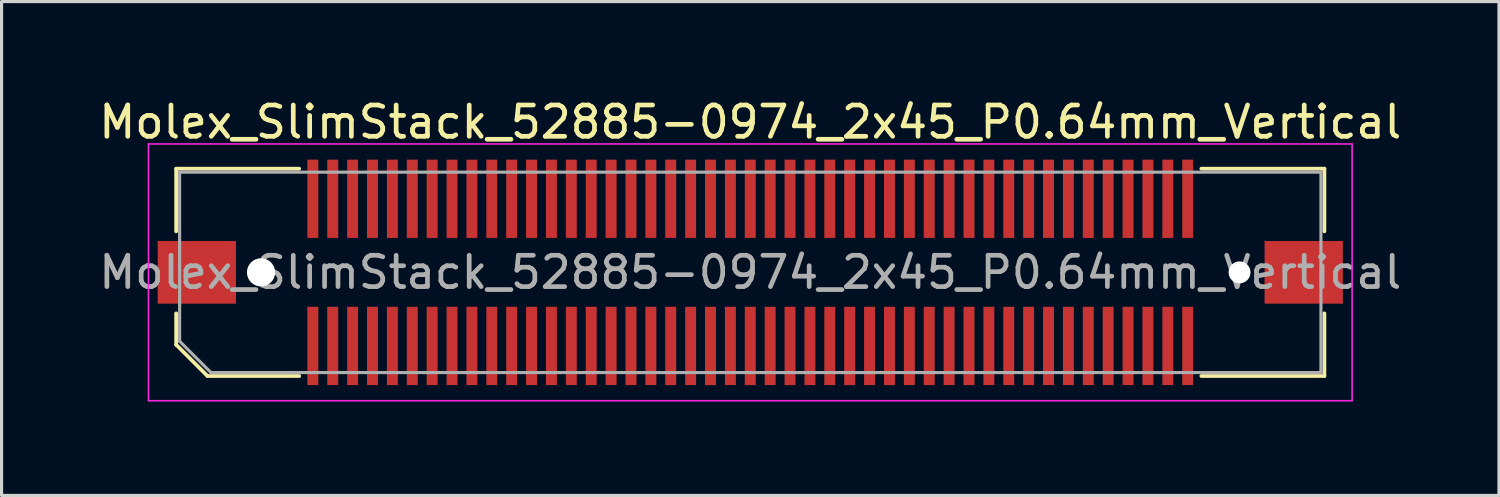
<source format=kicad_pcb>
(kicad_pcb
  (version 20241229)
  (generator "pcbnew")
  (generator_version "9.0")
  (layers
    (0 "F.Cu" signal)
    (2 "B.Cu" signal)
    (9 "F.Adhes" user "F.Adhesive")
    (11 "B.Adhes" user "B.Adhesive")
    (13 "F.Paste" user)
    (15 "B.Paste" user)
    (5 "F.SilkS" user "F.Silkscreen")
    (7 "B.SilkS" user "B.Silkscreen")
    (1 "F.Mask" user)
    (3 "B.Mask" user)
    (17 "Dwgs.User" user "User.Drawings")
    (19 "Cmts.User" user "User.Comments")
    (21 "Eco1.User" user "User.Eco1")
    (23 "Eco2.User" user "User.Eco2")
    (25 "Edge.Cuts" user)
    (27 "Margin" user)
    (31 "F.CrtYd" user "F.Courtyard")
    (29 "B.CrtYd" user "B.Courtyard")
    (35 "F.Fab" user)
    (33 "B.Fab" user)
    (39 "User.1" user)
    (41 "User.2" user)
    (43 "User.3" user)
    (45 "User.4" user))
  (footprint "Molex_SlimStack_52885-0974_2x45_P0.64mm_Vertical"
    (layer "F.Cu")
    (at 20.911 5.648)
    (property "Reference" "Molex_SlimStack_52885-0974_2x45_P0.64mm_Vertical" (at 0 -4.8 0) (layer "F.SilkS") (effects (font (size 1 1) (thickness 0.15))))
    (attr smd)
    (fp_line (start -18.335 -3.31) (end -14.405 -3.31) (stroke (width 0.12) (type solid)) (layer "F.SilkS"))
    (fp_line (start -18.335 -1.31) (end -18.335 -3.31) (stroke (width 0.12) (type solid)) (layer "F.SilkS"))
    (fp_line (start -18.335 2.31) (end -18.335 1.31) (stroke (width 0.12) (type solid)) (layer "F.SilkS"))
    (fp_line (start -17.335 3.31) (end -18.335 2.31) (stroke (width 0.12) (type solid)) (layer "F.SilkS"))
    (fp_line (start -14.405 3.31) (end -17.335 3.31) (stroke (width 0.12) (type solid)) (layer "F.SilkS"))
    (fp_line (start 14.405 3.31) (end 18.335 3.31) (stroke (width 0.12) (type solid)) (layer "F.SilkS"))
    (fp_line (start 18.335 -3.31) (end 14.405 -3.31) (stroke (width 0.12) (type solid)) (layer "F.SilkS"))
    (fp_line (start 18.335 -1.31) (end 18.335 -3.31) (stroke (width 0.12) (type solid)) (layer "F.SilkS"))
    (fp_line (start 18.335 3.31) (end 18.335 1.31) (stroke (width 0.12) (type solid)) (layer "F.SilkS"))
    (fp_line (start -19.22 -4.1) (end -19.22 4.1) (stroke (width 0.05) (type solid)) (layer "F.CrtYd"))
    (fp_line (start -19.22 4.1) (end 19.22 4.1) (stroke (width 0.05) (type solid)) (layer "F.CrtYd"))
    (fp_line (start 19.22 -4.1) (end -19.22 -4.1) (stroke (width 0.05) (type solid)) (layer "F.CrtYd"))
    (fp_line (start 19.22 4.1) (end 19.22 -4.1) (stroke (width 0.05) (type solid)) (layer "F.CrtYd"))
    (fp_line (start -18.225 -3.2) (end -18.225 2.2) (stroke (width 0.1) (type solid)) (layer "F.Fab"))
    (fp_line (start -18.225 2.2) (end -17.225 3.2) (stroke (width 0.1) (type solid)) (layer "F.Fab"))
    (fp_line (start -17.225 3.2) (end 18.225 3.2) (stroke (width 0.1) (type solid)) (layer "F.Fab"))
    (fp_line (start 18.225 -3.2) (end -18.225 -3.2) (stroke (width 0.1) (type solid)) (layer "F.Fab"))
    (fp_line (start 18.225 3.2) (end 18.225 -3.2) (stroke (width 0.1) (type solid)) (layer "F.Fab"))
    (fp_text user "${REFERENCE}" (at 0 0 0) (layer "F.Fab") (effects (font (size 1 1) (thickness 0.15))))
    (pad "" np_thru_hole circle (at -15.625 0) (size 0.9 0.9) (drill 0.9) (layers "*.Cu" "*.Mask"))
    (pad "" np_thru_hole circle (at 15.625 0) (size 0.7 0.7) (drill 0.7) (layers "*.Cu" "*.Mask"))
    (pad "1" smd rect (at -13.97 2.35) (size 0.35 2.5) (layers "F.Cu" "F.Mask" "F.Paste"))
    (pad "2" smd rect (at -13.97 -2.35) (size 0.35 2.5) (layers "F.Cu" "F.Mask" "F.Paste"))
    (pad "3" smd rect (at -13.335 2.35) (size 0.35 2.5) (layers "F.Cu" "F.Mask" "F.Paste"))
    (pad "4" smd rect (at -13.335 -2.35) (size 0.35 2.5) (layers "F.Cu" "F.Mask" "F.Paste"))
    (pad "5" smd rect (at -12.7 2.35) (size 0.35 2.5) (layers "F.Cu" "F.Mask" "F.Paste"))
    (pad "6" smd rect (at -12.7 -2.35) (size 0.35 2.5) (layers "F.Cu" "F.Mask" "F.Paste"))
    (pad "7" smd rect (at -12.065 2.35) (size 0.35 2.5) (layers "F.Cu" "F.Mask" "F.Paste"))
    (pad "8" smd rect (at -12.065 -2.35) (size 0.35 2.5) (layers "F.Cu" "F.Mask" "F.Paste"))
    (pad "9" smd rect (at -11.43 2.35) (size 0.35 2.5) (layers "F.Cu" "F.Mask" "F.Paste"))
    (pad "10" smd rect (at -11.43 -2.35) (size 0.35 2.5) (layers "F.Cu" "F.Mask" "F.Paste"))
    (pad "11" smd rect (at -10.795 2.35) (size 0.35 2.5) (layers "F.Cu" "F.Mask" "F.Paste"))
    (pad "12" smd rect (at -10.795 -2.35) (size 0.35 2.5) (layers "F.Cu" "F.Mask" "F.Paste"))
    (pad "13" smd rect (at -10.16 2.35) (size 0.35 2.5) (layers "F.Cu" "F.Mask" "F.Paste"))
    (pad "14" smd rect (at -10.16 -2.35) (size 0.35 2.5) (layers "F.Cu" "F.Mask" "F.Paste"))
    (pad "15" smd rect (at -9.525 2.35) (size 0.35 2.5) (layers "F.Cu" "F.Mask" "F.Paste"))
    (pad "16" smd rect (at -9.525 -2.35) (size 0.35 2.5) (layers "F.Cu" "F.Mask" "F.Paste"))
    (pad "17" smd rect (at -8.89 2.35) (size 0.35 2.5) (layers "F.Cu" "F.Mask" "F.Paste"))
    (pad "18" smd rect (at -8.89 -2.35) (size 0.35 2.5) (layers "F.Cu" "F.Mask" "F.Paste"))
    (pad "19" smd rect (at -8.255 2.35) (size 0.35 2.5) (layers "F.Cu" "F.Mask" "F.Paste"))
    (pad "20" smd rect (at -8.255 -2.35) (size 0.35 2.5) (layers "F.Cu" "F.Mask" "F.Paste"))
    (pad "21" smd rect (at -7.62 2.35) (size 0.35 2.5) (layers "F.Cu" "F.Mask" "F.Paste"))
    (pad "22" smd rect (at -7.62 -2.35) (size 0.35 2.5) (layers "F.Cu" "F.Mask" "F.Paste"))
    (pad "23" smd rect (at -6.985 2.35) (size 0.35 2.5) (layers "F.Cu" "F.Mask" "F.Paste"))
    (pad "24" smd rect (at -6.985 -2.35) (size 0.35 2.5) (layers "F.Cu" "F.Mask" "F.Paste"))
    (pad "25" smd rect (at -6.35 2.35) (size 0.35 2.5) (layers "F.Cu" "F.Mask" "F.Paste"))
    (pad "26" smd rect (at -6.35 -2.35) (size 0.35 2.5) (layers "F.Cu" "F.Mask" "F.Paste"))
    (pad "27" smd rect (at -5.715 2.35) (size 0.35 2.5) (layers "F.Cu" "F.Mask" "F.Paste"))
    (pad "28" smd rect (at -5.715 -2.35) (size 0.35 2.5) (layers "F.Cu" "F.Mask" "F.Paste"))
    (pad "29" smd rect (at -5.08 2.35) (size 0.35 2.5) (layers "F.Cu" "F.Mask" "F.Paste"))
    (pad "30" smd rect (at -5.08 -2.35) (size 0.35 2.5) (layers "F.Cu" "F.Mask" "F.Paste"))
    (pad "31" smd rect (at -4.445 2.35) (size 0.35 2.5) (layers "F.Cu" "F.Mask" "F.Paste"))
    (pad "32" smd rect (at -4.445 -2.35) (size 0.35 2.5) (layers "F.Cu" "F.Mask" "F.Paste"))
    (pad "33" smd rect (at -3.81 2.35) (size 0.35 2.5) (layers "F.Cu" "F.Mask" "F.Paste"))
    (pad "34" smd rect (at -3.81 -2.35) (size 0.35 2.5) (layers "F.Cu" "F.Mask" "F.Paste"))
    (pad "35" smd rect (at -3.175 2.35) (size 0.35 2.5) (layers "F.Cu" "F.Mask" "F.Paste"))
    (pad "36" smd rect (at -3.175 -2.35) (size 0.35 2.5) (layers "F.Cu" "F.Mask" "F.Paste"))
    (pad "37" smd rect (at -2.54 2.35) (size 0.35 2.5) (layers "F.Cu" "F.Mask" "F.Paste"))
    (pad "38" smd rect (at -2.54 -2.35) (size 0.35 2.5) (layers "F.Cu" "F.Mask" "F.Paste"))
    (pad "39" smd rect (at -1.905 2.35) (size 0.35 2.5) (layers "F.Cu" "F.Mask" "F.Paste"))
    (pad "40" smd rect (at -1.905 -2.35) (size 0.35 2.5) (layers "F.Cu" "F.Mask" "F.Paste"))
    (pad "41" smd rect (at -1.27 2.35) (size 0.35 2.5) (layers "F.Cu" "F.Mask" "F.Paste"))
    (pad "42" smd rect (at -1.27 -2.35) (size 0.35 2.5) (layers "F.Cu" "F.Mask" "F.Paste"))
    (pad "43" smd rect (at -0.635 2.35) (size 0.35 2.5) (layers "F.Cu" "F.Mask" "F.Paste"))
    (pad "44" smd rect (at -0.635 -2.35) (size 0.35 2.5) (layers "F.Cu" "F.Mask" "F.Paste"))
    (pad "45" smd rect (at 0 2.35) (size 0.35 2.5) (layers "F.Cu" "F.Mask" "F.Paste"))
    (pad "46" smd rect (at 0 -2.35) (size 0.35 2.5) (layers "F.Cu" "F.Mask" "F.Paste"))
    (pad "47" smd rect (at 0.635 2.35) (size 0.35 2.5) (layers "F.Cu" "F.Mask" "F.Paste"))
    (pad "48" smd rect (at 0.635 -2.35) (size 0.35 2.5) (layers "F.Cu" "F.Mask" "F.Paste"))
    (pad "49" smd rect (at 1.27 2.35) (size 0.35 2.5) (layers "F.Cu" "F.Mask" "F.Paste"))
    (pad "50" smd rect (at 1.27 -2.35) (size 0.35 2.5) (layers "F.Cu" "F.Mask" "F.Paste"))
    (pad "51" smd rect (at 1.905 2.35) (size 0.35 2.5) (layers "F.Cu" "F.Mask" "F.Paste"))
    (pad "52" smd rect (at 1.905 -2.35) (size 0.35 2.5) (layers "F.Cu" "F.Mask" "F.Paste"))
    (pad "53" smd rect (at 2.54 2.35) (size 0.35 2.5) (layers "F.Cu" "F.Mask" "F.Paste"))
    (pad "54" smd rect (at 2.54 -2.35) (size 0.35 2.5) (layers "F.Cu" "F.Mask" "F.Paste"))
    (pad "55" smd rect (at 3.175 2.35) (size 0.35 2.5) (layers "F.Cu" "F.Mask" "F.Paste"))
    (pad "56" smd rect (at 3.175 -2.35) (size 0.35 2.5) (layers "F.Cu" "F.Mask" "F.Paste"))
    (pad "57" smd rect (at 3.81 2.35) (size 0.35 2.5) (layers "F.Cu" "F.Mask" "F.Paste"))
    (pad "58" smd rect (at 3.81 -2.35) (size 0.35 2.5) (layers "F.Cu" "F.Mask" "F.Paste"))
    (pad "59" smd rect (at 4.445 2.35) (size 0.35 2.5) (layers "F.Cu" "F.Mask" "F.Paste"))
    (pad "60" smd rect (at 4.445 -2.35) (size 0.35 2.5) (layers "F.Cu" "F.Mask" "F.Paste"))
    (pad "61" smd rect (at 5.08 2.35) (size 0.35 2.5) (layers "F.Cu" "F.Mask" "F.Paste"))
    (pad "62" smd rect (at 5.08 -2.35) (size 0.35 2.5) (layers "F.Cu" "F.Mask" "F.Paste"))
    (pad "63" smd rect (at 5.715 2.35) (size 0.35 2.5) (layers "F.Cu" "F.Mask" "F.Paste"))
    (pad "64" smd rect (at 5.715 -2.35) (size 0.35 2.5) (layers "F.Cu" "F.Mask" "F.Paste"))
    (pad "65" smd rect (at 6.35 2.35) (size 0.35 2.5) (layers "F.Cu" "F.Mask" "F.Paste"))
    (pad "66" smd rect (at 6.35 -2.35) (size 0.35 2.5) (layers "F.Cu" "F.Mask" "F.Paste"))
    (pad "67" smd rect (at 6.985 2.35) (size 0.35 2.5) (layers "F.Cu" "F.Mask" "F.Paste"))
    (pad "68" smd rect (at 6.985 -2.35) (size 0.35 2.5) (layers "F.Cu" "F.Mask" "F.Paste"))
    (pad "69" smd rect (at 7.62 2.35) (size 0.35 2.5) (layers "F.Cu" "F.Mask" "F.Paste"))
    (pad "70" smd rect (at 7.62 -2.35) (size 0.35 2.5) (layers "F.Cu" "F.Mask" "F.Paste"))
    (pad "71" smd rect (at 8.255 2.35) (size 0.35 2.5) (layers "F.Cu" "F.Mask" "F.Paste"))
    (pad "72" smd rect (at 8.255 -2.35) (size 0.35 2.5) (layers "F.Cu" "F.Mask" "F.Paste"))
    (pad "73" smd rect (at 8.89 2.35) (size 0.35 2.5) (layers "F.Cu" "F.Mask" "F.Paste"))
    (pad "74" smd rect (at 8.89 -2.35) (size 0.35 2.5) (layers "F.Cu" "F.Mask" "F.Paste"))
    (pad "75" smd rect (at 9.525 2.35) (size 0.35 2.5) (layers "F.Cu" "F.Mask" "F.Paste"))
    (pad "76" smd rect (at 9.525 -2.35) (size 0.35 2.5) (layers "F.Cu" "F.Mask" "F.Paste"))
    (pad "77" smd rect (at 10.16 2.35) (size 0.35 2.5) (layers "F.Cu" "F.Mask" "F.Paste"))
    (pad "78" smd rect (at 10.16 -2.35) (size 0.35 2.5) (layers "F.Cu" "F.Mask" "F.Paste"))
    (pad "79" smd rect (at 10.795 2.35) (size 0.35 2.5) (layers "F.Cu" "F.Mask" "F.Paste"))
    (pad "80" smd rect (at 10.795 -2.35) (size 0.35 2.5) (layers "F.Cu" "F.Mask" "F.Paste"))
    (pad "81" smd rect (at 11.43 2.35) (size 0.35 2.5) (layers "F.Cu" "F.Mask" "F.Paste"))
    (pad "82" smd rect (at 11.43 -2.35) (size 0.35 2.5) (layers "F.Cu" "F.Mask" "F.Paste"))
    (pad "83" smd rect (at 12.065 2.35) (size 0.35 2.5) (layers "F.Cu" "F.Mask" "F.Paste"))
    (pad "84" smd rect (at 12.065 -2.35) (size 0.35 2.5) (layers "F.Cu" "F.Mask" "F.Paste"))
    (pad "85" smd rect (at 12.7 2.35) (size 0.35 2.5) (layers "F.Cu" "F.Mask" "F.Paste"))
    (pad "86" smd rect (at 12.7 -2.35) (size 0.35 2.5) (layers "F.Cu" "F.Mask" "F.Paste"))
    (pad "87" smd rect (at 13.335 2.35) (size 0.35 2.5) (layers "F.Cu" "F.Mask" "F.Paste"))
    (pad "88" smd rect (at 13.335 -2.35) (size 0.35 2.5) (layers "F.Cu" "F.Mask" "F.Paste"))
    (pad "89" smd rect (at 13.97 2.35) (size 0.35 2.5) (layers "F.Cu" "F.Mask" "F.Paste"))
    (pad "90" smd rect (at 13.97 -2.35) (size 0.35 2.5) (layers "F.Cu" "F.Mask" "F.Paste"))
    (pad "MP" smd rect (at -17.675 0) (size 2.5 2) (layers "F.Cu" "F.Mask" "F.Paste"))
    (pad "MP" smd rect (at 17.675 0) (size 2.5 2) (layers "F.Cu" "F.Mask" "F.Paste")))
  (gr_rect
    (start -3 -3)
    (end 44.821 12.773)
    (stroke (width 0.1) (type default))
    (fill no)
    (layer "Edge.Cuts")))
</source>
